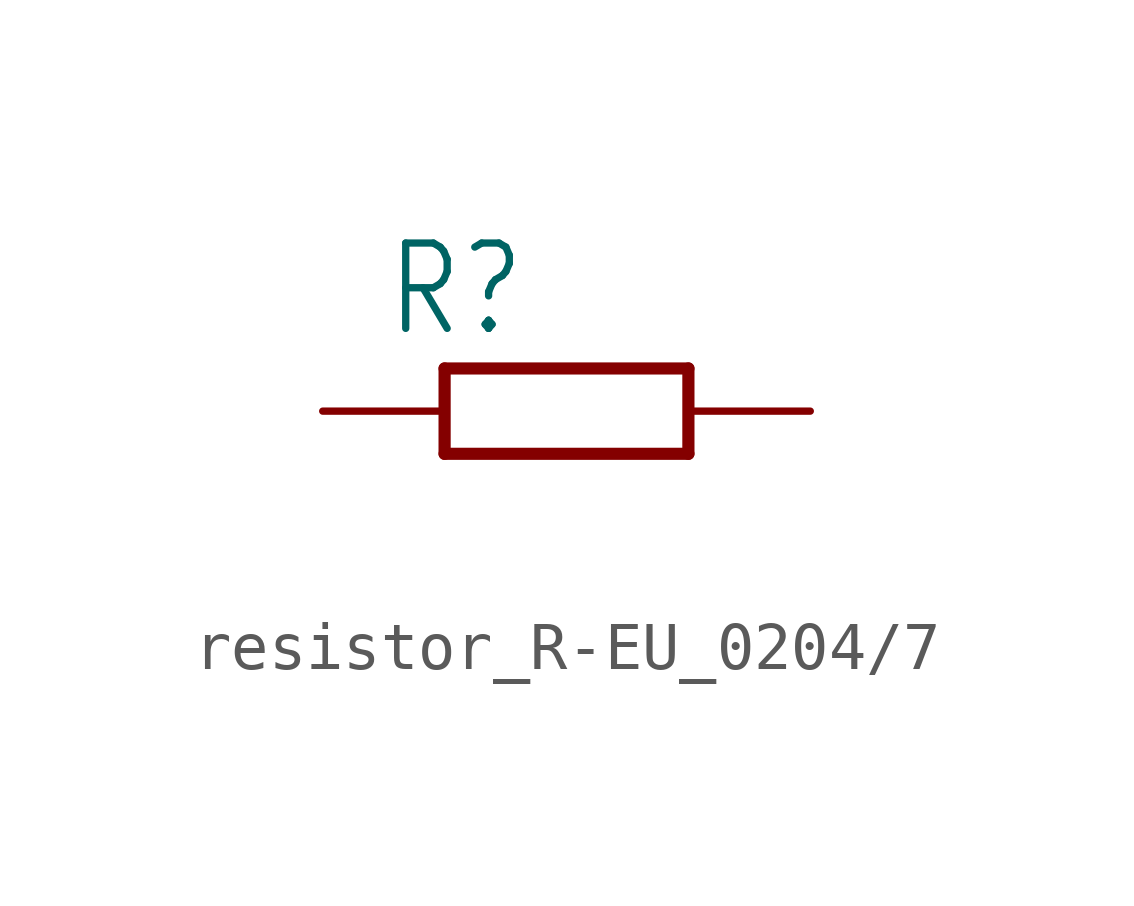
<source format=kicad_sym>
(kicad_symbol_lib
  (version 20220914)
  (generator kicad_symbol_editor)
  (symbol "resistor_R-EU_0204/7"
    (property "Reference" "R"
      (at -3.81 1.499 0)
      (effects (font (size 1.778 1.511)) (justify left bottom)))
    (property "Value" ""
      (at -3.81 -3.302 0)
      (effects (font (size 1.778 1.511)) (justify left bottom)))
    (property "ki_locked" ""
      (at 0 0 0)
      (effects (font (size 1.27 1.27))))
    (symbol "resistor_R-EU_0204/7_1_0"
      (polyline (pts (xy -2.54 -0.889) (xy -2.54 0.889)) (stroke (width 0.254) (type solid)) (fill (type none)))
      (polyline (pts (xy -2.54 -0.889) (xy 2.54 -0.889)) (stroke (width 0.254) (type solid)) (fill (type none)))
      (polyline (pts (xy 2.54 -0.889) (xy 2.54 0.889)) (stroke (width 0.254) (type solid)) (fill (type none)))
      (polyline (pts (xy 2.54 0.889) (xy -2.54 0.889)) (stroke (width 0.254) (type solid)) (fill (type none)))
      (pin passive line (at -5.08 0 0) (length 2.54) (name "1" (effects (font (size 0 0)))) (number "1" (effects (font (size 0 0)))))
      (pin passive line (at 5.08 0 180) (length 2.54) (name "2" (effects (font (size 0 0)))) (number "2" (effects (font (size 0 0))))))))
</source>
